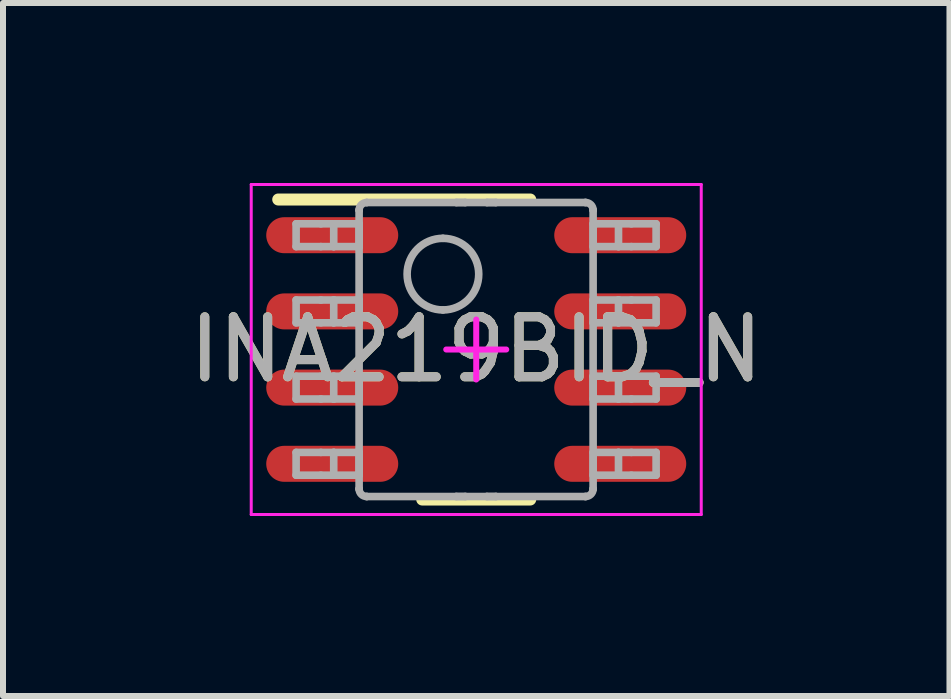
<source format=kicad_pcb>
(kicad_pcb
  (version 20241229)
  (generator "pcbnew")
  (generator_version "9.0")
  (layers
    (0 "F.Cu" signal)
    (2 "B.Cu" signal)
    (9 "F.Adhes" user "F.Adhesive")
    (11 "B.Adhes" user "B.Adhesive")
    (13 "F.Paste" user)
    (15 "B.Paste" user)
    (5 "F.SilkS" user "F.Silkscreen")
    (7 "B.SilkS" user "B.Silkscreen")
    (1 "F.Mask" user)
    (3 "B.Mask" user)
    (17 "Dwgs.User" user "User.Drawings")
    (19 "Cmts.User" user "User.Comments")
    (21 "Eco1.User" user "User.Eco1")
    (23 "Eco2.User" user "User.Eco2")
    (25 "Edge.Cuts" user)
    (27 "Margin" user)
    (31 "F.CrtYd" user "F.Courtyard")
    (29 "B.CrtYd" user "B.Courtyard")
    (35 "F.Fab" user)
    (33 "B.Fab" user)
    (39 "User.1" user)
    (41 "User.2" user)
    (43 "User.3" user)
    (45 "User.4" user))
  (footprint "INA219BID_N"
    (layer "F.Cu")
    (at 4.887 2.775)
    (property "Reference" "INA219BID_N" (at 0 0 0) (unlocked yes) (layer "F.SilkS") (effects (font (size 1 1) (thickness 0.15))))
    (attr smd)
    (fp_line (start -3.3 -2.5) (end 0.9 -2.5) (stroke (width 0.2) (type solid)) (layer "F.SilkS"))
    (fp_line (start -0.9 2.5) (end 0.9 2.5) (stroke (width 0.2) (type solid)) (layer "F.SilkS"))
    (fp_line (start -3.75 -2.75) (end 3.75 -2.75) (stroke (width 0.05) (type solid)) (layer "F.CrtYd"))
    (fp_line (start -3.75 2.75) (end -3.75 -2.75) (stroke (width 0.05) (type solid)) (layer "F.CrtYd"))
    (fp_line (start -3.75 2.75) (end 3.75 2.75) (stroke (width 0.05) (type solid)) (layer "F.CrtYd"))
    (fp_line (start -0.5 0) (end 0.5 0) (stroke (width 0.1) (type solid)) (layer "F.CrtYd"))
    (fp_line (start 0 0.5) (end 0 -0.5) (stroke (width 0.1) (type solid)) (layer "F.CrtYd"))
    (fp_line (start 3.75 2.75) (end 3.75 -2.75) (stroke (width 0.05) (type solid)) (layer "F.CrtYd"))
    (fp_line (start -3.002 -2.095) (end -2.589 -2.095) (stroke (width 0.127) (type solid)) (layer "F.Fab"))
    (fp_line (start -3.002 -1.715) (end -3.002 -2.095) (stroke (width 0.127) (type solid)) (layer "F.Fab"))
    (fp_line (start -3.002 -1.715) (end -2.589 -1.715) (stroke (width 0.127) (type solid)) (layer "F.Fab"))
    (fp_line (start -3.002 -0.825) (end -2.589 -0.825) (stroke (width 0.127) (type solid)) (layer "F.Fab"))
    (fp_line (start -3.002 -0.445) (end -3.002 -0.825) (stroke (width 0.127) (type solid)) (layer "F.Fab"))
    (fp_line (start -3.002 -0.445) (end -2.589 -0.445) (stroke (width 0.127) (type solid)) (layer "F.Fab"))
    (fp_line (start -3.002 0.445) (end -2.589 0.445) (stroke (width 0.127) (type solid)) (layer "F.Fab"))
    (fp_line (start -3.002 0.825) (end -3.002 0.445) (stroke (width 0.127) (type solid)) (layer "F.Fab"))
    (fp_line (start -3.002 0.825) (end -2.589 0.825) (stroke (width 0.127) (type solid)) (layer "F.Fab"))
    (fp_line (start -3.002 1.715) (end -2.589 1.715) (stroke (width 0.127) (type solid)) (layer "F.Fab"))
    (fp_line (start -3.002 2.095) (end -3.002 1.715) (stroke (width 0.127) (type solid)) (layer "F.Fab"))
    (fp_line (start -3.002 2.095) (end -2.589 2.095) (stroke (width 0.127) (type solid)) (layer "F.Fab"))
    (fp_line (start -2.589 -2.095) (end -2.375 -2.095) (stroke (width 0.127) (type solid)) (layer "F.Fab"))
    (fp_line (start -2.589 -1.715) (end -2.375 -1.715) (stroke (width 0.127) (type solid)) (layer "F.Fab"))
    (fp_line (start -2.589 -0.825) (end -2.375 -0.825) (stroke (width 0.127) (type solid)) (layer "F.Fab"))
    (fp_line (start -2.589 -0.445) (end -2.375 -0.445) (stroke (width 0.127) (type solid)) (layer "F.Fab"))
    (fp_line (start -2.589 0.445) (end -2.375 0.445) (stroke (width 0.127) (type solid)) (layer "F.Fab"))
    (fp_line (start -2.589 0.825) (end -2.375 0.825) (stroke (width 0.127) (type solid)) (layer "F.Fab"))
    (fp_line (start -2.589 1.715) (end -2.375 1.715) (stroke (width 0.127) (type solid)) (layer "F.Fab"))
    (fp_line (start -2.589 2.095) (end -2.375 2.095) (stroke (width 0.127) (type solid)) (layer "F.Fab"))
    (fp_line (start -2.375 -2.095) (end -1.995 -2.095) (stroke (width 0.127) (type solid)) (layer "F.Fab"))
    (fp_line (start -2.375 -1.715) (end -2.375 -2.095) (stroke (width 0.127) (type solid)) (layer "F.Fab"))
    (fp_line (start -2.375 -1.715) (end -1.995 -1.715) (stroke (width 0.127) (type solid)) (layer "F.Fab"))
    (fp_line (start -2.375 -0.825) (end -1.995 -0.825) (stroke (width 0.127) (type solid)) (layer "F.Fab"))
    (fp_line (start -2.375 -0.445) (end -2.375 -0.825) (stroke (width 0.127) (type solid)) (layer "F.Fab"))
    (fp_line (start -2.375 -0.445) (end -1.995 -0.445) (stroke (width 0.127) (type solid)) (layer "F.Fab"))
    (fp_line (start -2.375 0.445) (end -1.995 0.445) (stroke (width 0.127) (type solid)) (layer "F.Fab"))
    (fp_line (start -2.375 0.825) (end -2.375 0.445) (stroke (width 0.127) (type solid)) (layer "F.Fab"))
    (fp_line (start -2.375 0.825) (end -1.995 0.825) (stroke (width 0.127) (type solid)) (layer "F.Fab"))
    (fp_line (start -2.375 1.715) (end -1.995 1.715) (stroke (width 0.127) (type solid)) (layer "F.Fab"))
    (fp_line (start -2.375 2.095) (end -2.375 1.715) (stroke (width 0.127) (type solid)) (layer "F.Fab"))
    (fp_line (start -2.375 2.095) (end -1.995 2.095) (stroke (width 0.127) (type solid)) (layer "F.Fab"))
    (fp_line (start -1.995 -2.095) (end -1.952 -2.095) (stroke (width 0.127) (type solid)) (layer "F.Fab"))
    (fp_line (start -1.995 -1.715) (end -1.952 -1.715) (stroke (width 0.127) (type solid)) (layer "F.Fab"))
    (fp_line (start -1.995 -0.825) (end -1.952 -0.825) (stroke (width 0.127) (type solid)) (layer "F.Fab"))
    (fp_line (start -1.995 -0.445) (end -1.952 -0.445) (stroke (width 0.127) (type solid)) (layer "F.Fab"))
    (fp_line (start -1.995 0.445) (end -1.952 0.445) (stroke (width 0.127) (type solid)) (layer "F.Fab"))
    (fp_line (start -1.995 0.825) (end -1.952 0.825) (stroke (width 0.127) (type solid)) (layer "F.Fab"))
    (fp_line (start -1.995 1.715) (end -1.952 1.715) (stroke (width 0.127) (type solid)) (layer "F.Fab"))
    (fp_line (start -1.995 2.095) (end -1.952 2.095) (stroke (width 0.127) (type solid)) (layer "F.Fab"))
    (fp_line (start -1.952 -2.323) (end -1.952 -2.324) (stroke (width 0.127) (type solid)) (layer "F.Fab"))
    (fp_line (start -1.952 -1.715) (end -1.952 -2.095) (stroke (width 0.127) (type solid)) (layer "F.Fab"))
    (fp_line (start -1.952 -0.445) (end -1.952 -0.825) (stroke (width 0.127) (type solid)) (layer "F.Fab"))
    (fp_line (start -1.952 0.825) (end -1.952 0.445) (stroke (width 0.127) (type solid)) (layer "F.Fab"))
    (fp_line (start -1.952 2.095) (end -1.952 1.715) (stroke (width 0.127) (type solid)) (layer "F.Fab"))
    (fp_line (start -1.952 2.323) (end -1.952 -2.323) (stroke (width 0.127) (type solid)) (layer "F.Fab"))
    (fp_line (start -1.952 2.324) (end -1.952 2.323) (stroke (width 0.127) (type solid)) (layer "F.Fab"))
    (fp_line (start -1.826 -2.45) (end -1.825 -2.45) (stroke (width 0.127) (type solid)) (layer "F.Fab"))
    (fp_line (start -1.826 2.45) (end -1.825 2.45) (stroke (width 0.127) (type solid)) (layer "F.Fab"))
    (fp_line (start -1.825 -2.45) (end -0.332 -2.45) (stroke (width 0.127) (type solid)) (layer "F.Fab"))
    (fp_line (start -1.825 2.45) (end -0.332 2.45) (stroke (width 0.127) (type solid)) (layer "F.Fab"))
    (fp_line (start -0.332 -2.45) (end -0.182 -2.45) (stroke (width 0.127) (type solid)) (layer "F.Fab"))
    (fp_line (start -0.332 -2.45) (end -0.182 -2.45) (stroke (width 0.127) (type solid)) (layer "F.Fab"))
    (fp_line (start -0.332 2.45) (end -0.182 2.45) (stroke (width 0.127) (type solid)) (layer "F.Fab"))
    (fp_line (start -0.332 2.45) (end -0.182 2.45) (stroke (width 0.127) (type solid)) (layer "F.Fab"))
    (fp_line (start -0.182 -2.45) (end 0.178 -2.45) (stroke (width 0.127) (type solid)) (layer "F.Fab"))
    (fp_line (start -0.182 2.45) (end 0.178 2.45) (stroke (width 0.127) (type solid)) (layer "F.Fab"))
    (fp_line (start 0.178 -2.45) (end 0.328 -2.45) (stroke (width 0.127) (type solid)) (layer "F.Fab"))
    (fp_line (start 0.178 -2.45) (end 0.328 -2.45) (stroke (width 0.127) (type solid)) (layer "F.Fab"))
    (fp_line (start 0.178 2.45) (end 0.328 2.45) (stroke (width 0.127) (type solid)) (layer "F.Fab"))
    (fp_line (start 0.178 2.45) (end 0.328 2.45) (stroke (width 0.127) (type solid)) (layer "F.Fab"))
    (fp_line (start 0.328 -2.45) (end 1.821 -2.45) (stroke (width 0.127) (type solid)) (layer "F.Fab"))
    (fp_line (start 0.328 2.45) (end 1.821 2.45) (stroke (width 0.127) (type solid)) (layer "F.Fab"))
    (fp_line (start 1.821 -2.45) (end 1.822 -2.45) (stroke (width 0.127) (type solid)) (layer "F.Fab"))
    (fp_line (start 1.821 2.45) (end 1.822 2.45) (stroke (width 0.127) (type solid)) (layer "F.Fab"))
    (fp_line (start 1.948 -2.323) (end 1.948 -2.324) (stroke (width 0.127) (type solid)) (layer "F.Fab"))
    (fp_line (start 1.948 -2.095) (end 1.991 -2.095) (stroke (width 0.127) (type solid)) (layer "F.Fab"))
    (fp_line (start 1.948 -1.715) (end 1.948 -2.095) (stroke (width 0.127) (type solid)) (layer "F.Fab"))
    (fp_line (start 1.948 -1.715) (end 1.991 -1.715) (stroke (width 0.127) (type solid)) (layer "F.Fab"))
    (fp_line (start 1.948 -0.825) (end 1.991 -0.825) (stroke (width 0.127) (type solid)) (layer "F.Fab"))
    (fp_line (start 1.948 -0.445) (end 1.948 -0.825) (stroke (width 0.127) (type solid)) (layer "F.Fab"))
    (fp_line (start 1.948 -0.445) (end 1.991 -0.445) (stroke (width 0.127) (type solid)) (layer "F.Fab"))
    (fp_line (start 1.948 0.445) (end 1.991 0.445) (stroke (width 0.127) (type solid)) (layer "F.Fab"))
    (fp_line (start 1.948 0.825) (end 1.948 0.445) (stroke (width 0.127) (type solid)) (layer "F.Fab"))
    (fp_line (start 1.948 0.825) (end 1.991 0.825) (stroke (width 0.127) (type solid)) (layer "F.Fab"))
    (fp_line (start 1.948 1.715) (end 1.991 1.715) (stroke (width 0.127) (type solid)) (layer "F.Fab"))
    (fp_line (start 1.948 2.095) (end 1.948 1.715) (stroke (width 0.127) (type solid)) (layer "F.Fab"))
    (fp_line (start 1.948 2.095) (end 1.991 2.095) (stroke (width 0.127) (type solid)) (layer "F.Fab"))
    (fp_line (start 1.948 2.323) (end 1.948 -2.323) (stroke (width 0.127) (type solid)) (layer "F.Fab"))
    (fp_line (start 1.948 2.324) (end 1.948 2.323) (stroke (width 0.127) (type solid)) (layer "F.Fab"))
    (fp_line (start 1.991 -2.095) (end 2.371 -2.095) (stroke (width 0.127) (type solid)) (layer "F.Fab"))
    (fp_line (start 1.991 -1.715) (end 2.371 -1.715) (stroke (width 0.127) (type solid)) (layer "F.Fab"))
    (fp_line (start 1.991 -0.825) (end 2.371 -0.825) (stroke (width 0.127) (type solid)) (layer "F.Fab"))
    (fp_line (start 1.991 -0.445) (end 2.371 -0.445) (stroke (width 0.127) (type solid)) (layer "F.Fab"))
    (fp_line (start 1.991 0.445) (end 2.371 0.445) (stroke (width 0.127) (type solid)) (layer "F.Fab"))
    (fp_line (start 1.991 0.825) (end 2.371 0.825) (stroke (width 0.127) (type solid)) (layer "F.Fab"))
    (fp_line (start 1.991 1.715) (end 2.371 1.715) (stroke (width 0.127) (type solid)) (layer "F.Fab"))
    (fp_line (start 1.991 2.095) (end 2.371 2.095) (stroke (width 0.127) (type solid)) (layer "F.Fab"))
    (fp_line (start 2.371 -2.095) (end 2.585 -2.095) (stroke (width 0.127) (type solid)) (layer "F.Fab"))
    (fp_line (start 2.371 -1.715) (end 2.371 -2.095) (stroke (width 0.127) (type solid)) (layer "F.Fab"))
    (fp_line (start 2.371 -1.715) (end 2.585 -1.715) (stroke (width 0.127) (type solid)) (layer "F.Fab"))
    (fp_line (start 2.371 -0.825) (end 2.585 -0.825) (stroke (width 0.127) (type solid)) (layer "F.Fab"))
    (fp_line (start 2.371 -0.445) (end 2.371 -0.825) (stroke (width 0.127) (type solid)) (layer "F.Fab"))
    (fp_line (start 2.371 -0.445) (end 2.585 -0.445) (stroke (width 0.127) (type solid)) (layer "F.Fab"))
    (fp_line (start 2.371 0.445) (end 2.585 0.445) (stroke (width 0.127) (type solid)) (layer "F.Fab"))
    (fp_line (start 2.371 0.825) (end 2.371 0.445) (stroke (width 0.127) (type solid)) (layer "F.Fab"))
    (fp_line (start 2.371 0.825) (end 2.585 0.825) (stroke (width 0.127) (type solid)) (layer "F.Fab"))
    (fp_line (start 2.371 1.715) (end 2.585 1.715) (stroke (width 0.127) (type solid)) (layer "F.Fab"))
    (fp_line (start 2.371 2.095) (end 2.371 1.715) (stroke (width 0.127) (type solid)) (layer "F.Fab"))
    (fp_line (start 2.371 2.095) (end 2.585 2.095) (stroke (width 0.127) (type solid)) (layer "F.Fab"))
    (fp_line (start 2.585 -2.095) (end 2.998 -2.095) (stroke (width 0.127) (type solid)) (layer "F.Fab"))
    (fp_line (start 2.585 -1.715) (end 2.998 -1.715) (stroke (width 0.127) (type solid)) (layer "F.Fab"))
    (fp_line (start 2.585 -0.825) (end 2.998 -0.825) (stroke (width 0.127) (type solid)) (layer "F.Fab"))
    (fp_line (start 2.585 -0.445) (end 2.998 -0.445) (stroke (width 0.127) (type solid)) (layer "F.Fab"))
    (fp_line (start 2.585 0.445) (end 2.998 0.445) (stroke (width 0.127) (type solid)) (layer "F.Fab"))
    (fp_line (start 2.585 0.825) (end 2.998 0.825) (stroke (width 0.127) (type solid)) (layer "F.Fab"))
    (fp_line (start 2.585 1.715) (end 2.998 1.715) (stroke (width 0.127) (type solid)) (layer "F.Fab"))
    (fp_line (start 2.585 2.095) (end 2.998 2.095) (stroke (width 0.127) (type solid)) (layer "F.Fab"))
    (fp_line (start 2.998 -1.715) (end 2.998 -2.095) (stroke (width 0.127) (type solid)) (layer "F.Fab"))
    (fp_line (start 2.998 -0.445) (end 2.998 -0.825) (stroke (width 0.127) (type solid)) (layer "F.Fab"))
    (fp_line (start 2.998 0.825) (end 2.998 0.445) (stroke (width 0.127) (type solid)) (layer "F.Fab"))
    (fp_line (start 2.998 2.095) (end 2.998 1.715) (stroke (width 0.127) (type solid)) (layer "F.Fab"))
    (fp_arc (start -1.952002 -2.323941) (mid -1.914806 -2.412806) (end -1.825941 -2.450002) (stroke (width 0.127) (type solid)) (layer "F.Fab"))
    (fp_arc (start -1.825941 2.449992) (mid -1.914806 2.412795) (end -1.952002 2.323931) (stroke (width 0.127) (type solid)) (layer "F.Fab"))
    (fp_arc (start -0.555 -1.8531) (mid 0.0419 -1.2562) (end -0.555 -0.6593) (stroke (width 0.127) (type solid)) (layer "F.Fab"))
    (fp_arc (start -0.555 -0.6593) (mid -1.1519 -1.2562) (end -0.555 -1.8531) (stroke (width 0.127) (type solid)) (layer "F.Fab"))
    (fp_arc (start 1.821933 -2.450002) (mid 1.910797 -2.412806) (end 1.947994 -2.323941) (stroke (width 0.127) (type solid)) (layer "F.Fab"))
    (fp_arc (start 1.947994 2.323931) (mid 1.910797 2.412795) (end 1.821933 2.449992) (stroke (width 0.127) (type solid)) (layer "F.Fab"))
    (fp_text user "${REFERENCE}" (at 0 0 0) (unlocked yes) (layer "F.Fab") (effects (font (size 1 1) (thickness 0.15))))
    (pad "1" smd oval (at -2.4 -1.905 90) (size 0.6 2.2) (layers "F.Cu" "F.Mask" "F.Paste"))
    (pad "2" smd oval (at -2.4 -0.635 90) (size 0.6 2.2) (layers "F.Cu" "F.Mask" "F.Paste"))
    (pad "3" smd oval (at -2.4 0.635 90) (size 0.6 2.2) (layers "F.Cu" "F.Mask" "F.Paste"))
    (pad "4" smd oval (at -2.4 1.905 90) (size 0.6 2.2) (layers "F.Cu" "F.Mask" "F.Paste"))
    (pad "5" smd oval (at 2.4 1.905 90) (size 0.6 2.2) (layers "F.Cu" "F.Mask" "F.Paste"))
    (pad "6" smd oval (at 2.4 0.635 90) (size 0.6 2.2) (layers "F.Cu" "F.Mask" "F.Paste"))
    (pad "7" smd oval (at 2.4 -0.635 90) (size 0.6 2.2) (layers "F.Cu" "F.Mask" "F.Paste"))
    (pad "8" smd oval (at 2.4 -1.905 90) (size 0.6 2.2) (layers "F.Cu" "F.Mask" "F.Paste")))
  (gr_rect
    (start -3 -3)
    (end 12.774 8.55)
    (stroke (width 0.1) (type default))
    (fill no)
    (layer "Edge.Cuts")))
</source>
